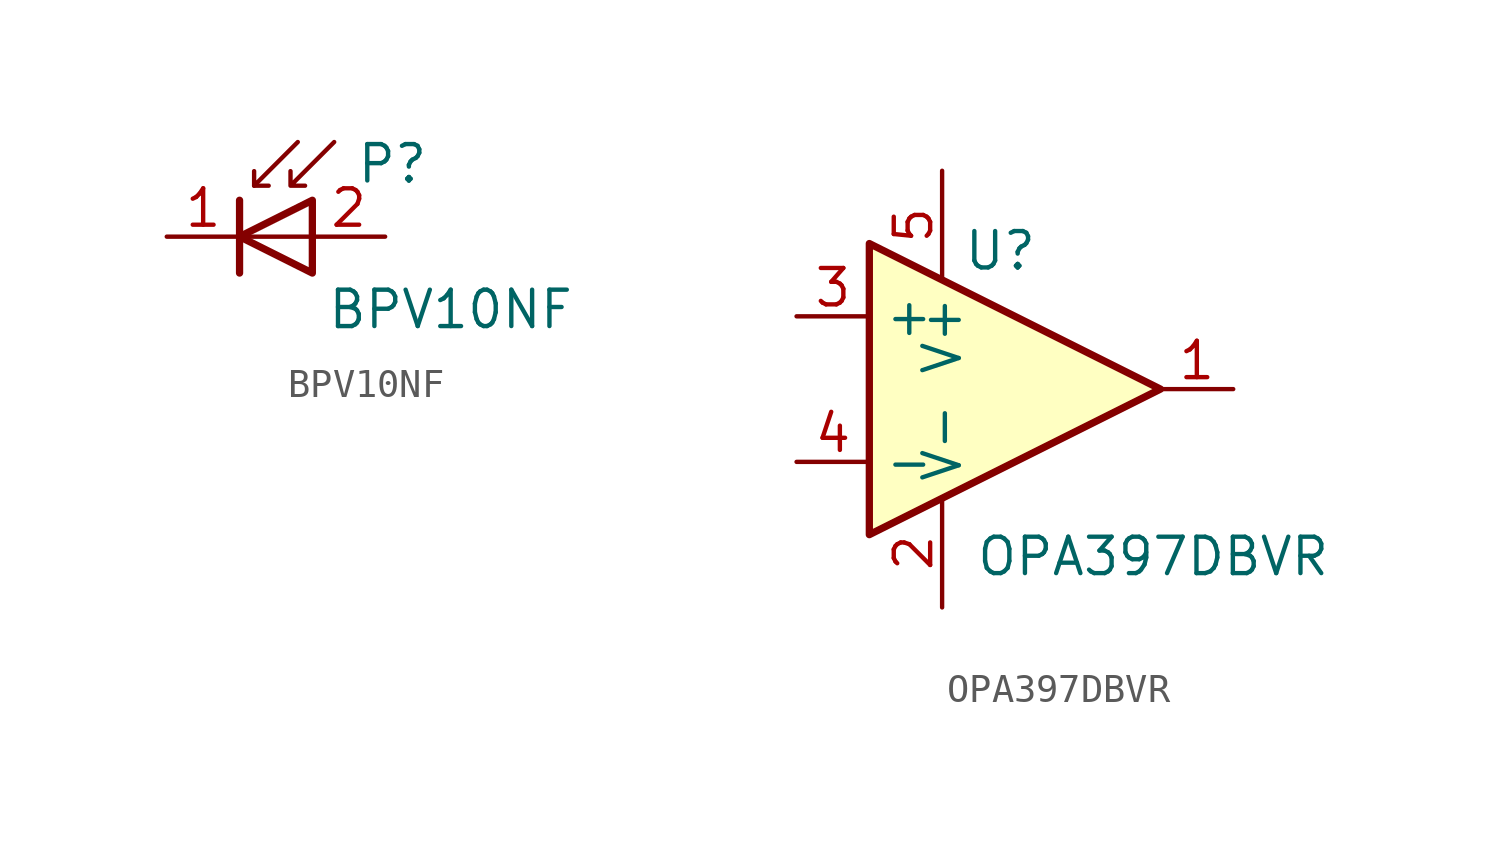
<source format=kicad_sym>
(kicad_symbol_lib
  (version 20241209)
  (generator "kicad_symbol_editor")
  (generator_version "9.0")
  (symbol "BPV10NF"
    (pin_names
      (hide yes))
    (property "Reference" "P"
      (at 4.064 2.54 0)
      (effects (font (size 1.27 1.27))))
    (property "Value" "BPV10NF"
      (at 6.096 -2.54 0)
      (effects (font (size 1.27 1.27))))
    (symbol "BPV10NF_0_1"
      (polyline (pts (xy -1.27 1.27) (xy -1.27 -1.27)) (stroke (width 0.254) (type default)) (fill (type none)))
      (polyline (pts (xy -0.762 1.778) (xy -0.254 1.778)) (stroke (width 0) (type default)) (fill (type none)))
      (polyline (pts (xy 0.762 3.302) (xy -0.762 1.778) (xy -0.762 2.286)) (stroke (width 0) (type default)) (fill (type none)))
      (polyline (pts (xy 1.27 0) (xy -1.27 0)) (stroke (width 0) (type default)) (fill (type none)))
      (polyline (pts (xy 1.27 -1.27) (xy 1.27 1.27) (xy -1.27 0) (xy 1.27 -1.27)) (stroke (width 0.254) (type default)) (fill (type none)))
      (polyline (pts (xy 2.032 3.302) (xy 0.508 1.778) (xy 0.508 2.286) (xy 0.508 1.778) (xy 1.016 1.778)) (stroke (width 0) (type default)) (fill (type none))))
    (symbol "BPV10NF_1_1"
      (pin passive line (at -3.81 0 0) (length 2.54) (name "K" (effects (font (size 1.27 1.27)))) (number "1" (effects (font (size 1.27 1.27)))))
      (pin passive line (at 3.81 0 180) (length 2.54) (name "A" (effects (font (size 1.27 1.27)))) (number "2" (effects (font (size 1.27 1.27)))))))
  (symbol "OPA397DBVR"
    (property "Reference" "U"
      (at 0.762 4.826 0)
      (effects (font (size 1.27 1.27))))
    (property "Value" "OPA397DBVR"
      (at 6.096 -5.842 0)
      (effects (font (size 1.27 1.27))))
    (symbol "OPA397DBVR_0_1"
      (polyline (pts (xy -3.81 5.08) (xy 6.35 0) (xy -3.81 -5.08) (xy -3.81 5.08)) (stroke (width 0.254) (type default)) (fill (type background)))
      (pin power_in line (at -1.27 7.62 270) (length 3.81) (name "V+" (effects (font (size 1.27 1.27)))) (number "5" (effects (font (size 1.27 1.27)))))
      (pin power_in line (at -1.27 -7.62 90) (length 3.81) (name "V-" (effects (font (size 1.27 1.27)))) (number "2" (effects (font (size 1.27 1.27))))))
    (symbol "OPA397DBVR_1_1"
      (pin input line (at -6.35 2.54 0) (length 2.54) (name "+" (effects (font (size 1.27 1.27)))) (number "3" (effects (font (size 1.27 1.27)))))
      (pin input line (at -6.35 -2.54 0) (length 2.54) (name "-" (effects (font (size 1.27 1.27)))) (number "4" (effects (font (size 1.27 1.27)))))
      (pin output line (at 8.89 0 180) (length 2.54) (name "~" (effects (font (size 1.27 1.27)))) (number "1" (effects (font (size 1.27 1.27))))))))
</source>
